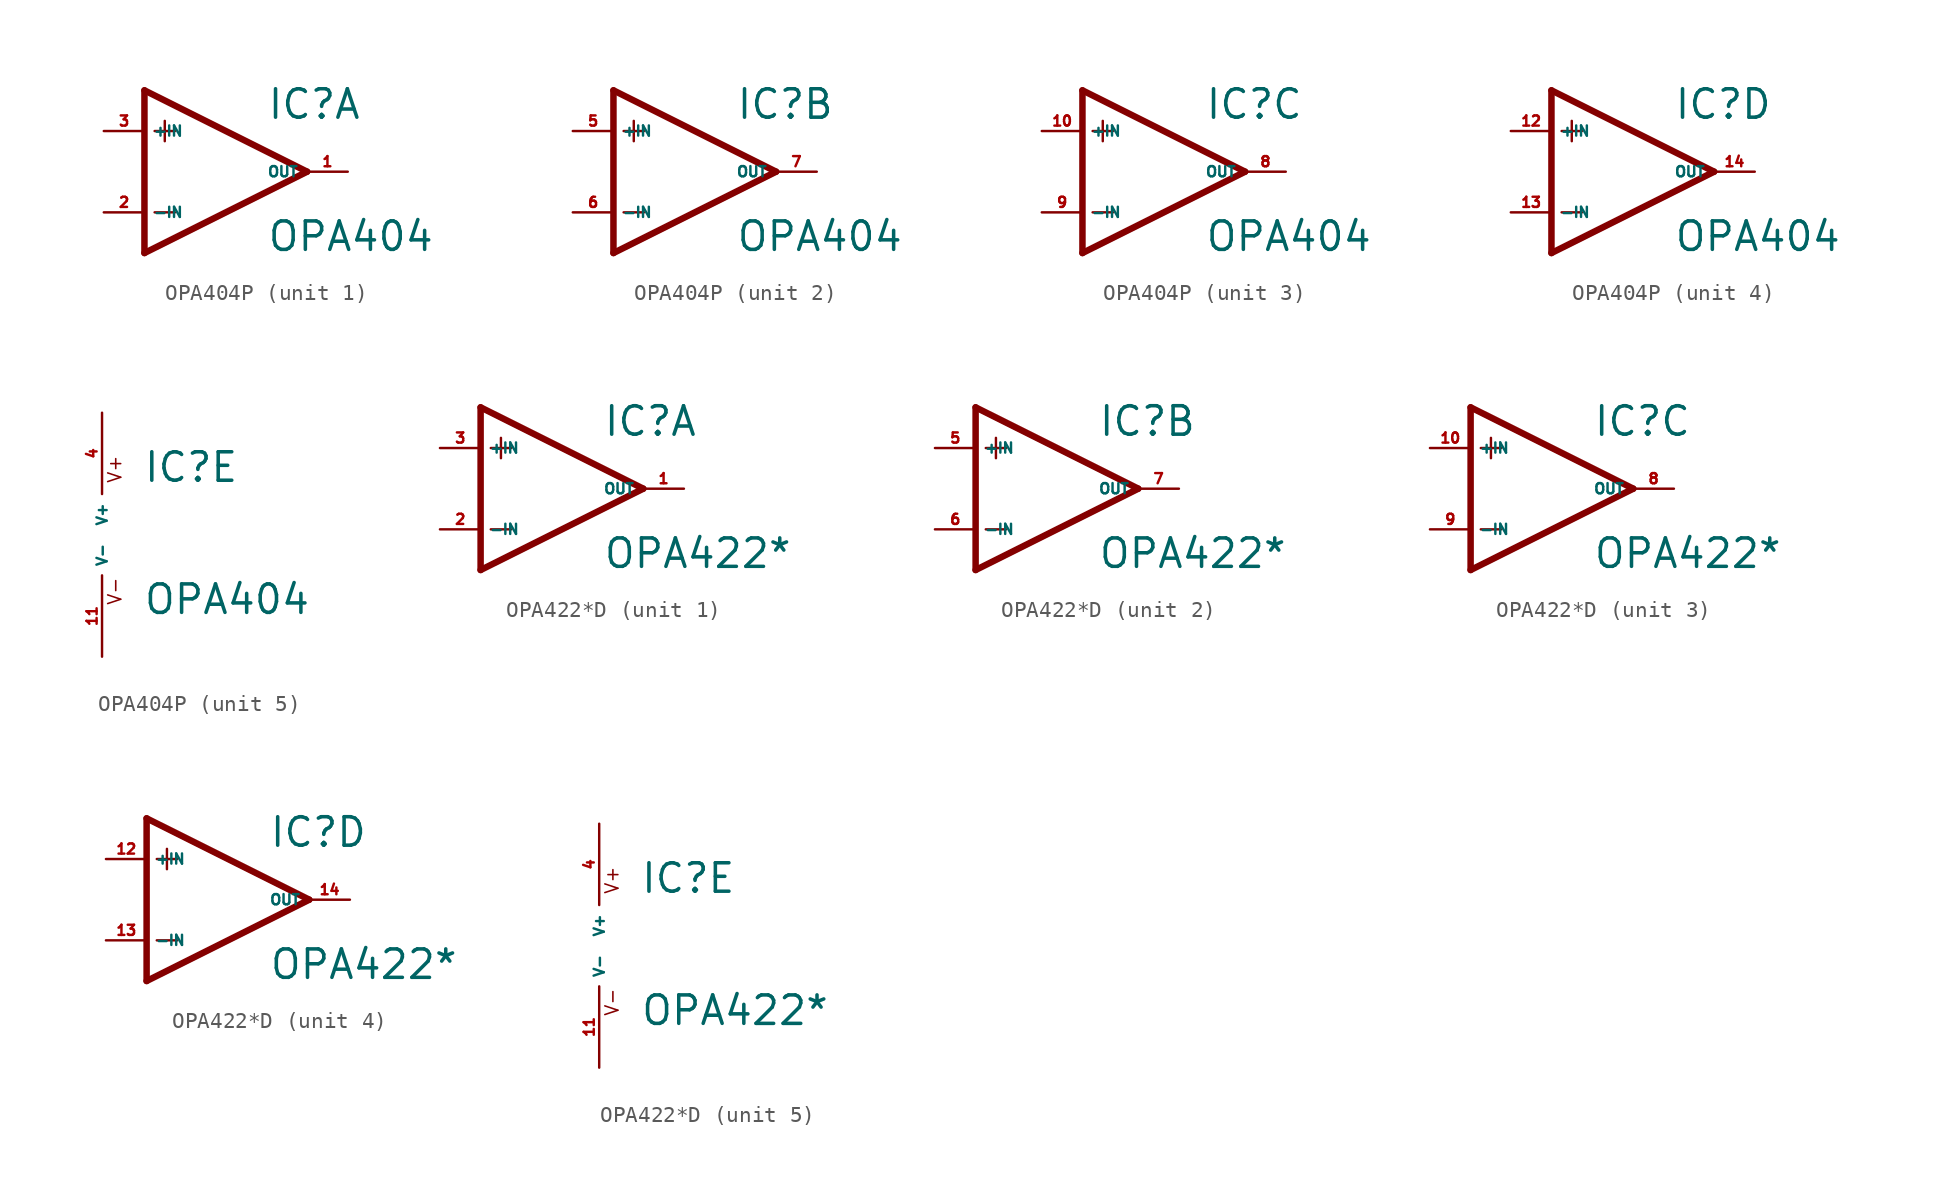
<source format=kicad_sym>
(kicad_symbol_lib
  (version 20220914)
  (generator Eagle2Kicad)
  (symbol "OPA404P"
    (property "Reference" "IC"
      (at 2.54 3.175 0)
      (effects (font (size 1.778 1.778) (thickness 0.22)) (justify left bottom)))
    (property "Value" "OPA404"
      (at 2.54 -5.08 0)
      (effects (font (size 1.778 1.778) (thickness 0.22)) (justify left bottom)))
    (symbol "OPA404P_1_0"
      (polyline (pts (xy -5.08 5.08) (xy -5.08 -5.08)) (stroke (width 0.406) (type default)) (fill (type none)))
      (polyline (pts (xy -5.08 -5.08) (xy 5.08 0)) (stroke (width 0.406) (type default)) (fill (type none)))
      (polyline (pts (xy 5.08 0) (xy -5.08 5.08)) (stroke (width 0.406) (type default)) (fill (type none)))
      (polyline (pts (xy -3.81 3.175) (xy -3.81 1.905)) (stroke (width 0.152) (type default)) (fill (type none)))
      (polyline (pts (xy -4.445 2.54) (xy -3.175 2.54)) (stroke (width 0.152) (type default)) (fill (type none)))
      (polyline (pts (xy -4.445 -2.54) (xy -3.175 -2.54)) (stroke (width 0.152) (type default)) (fill (type none)))
      (pin input line (at -7.62 -2.54 0) (length 2.54) (name "-IN" (effects (font (size 0.635 0.635) (thickness 0.08)) (justify left bottom))) (number "2" (effects (font (size 0.635 0.635) (thickness 0.08)) (justify left bottom))))
      (pin input line (at -7.62 2.54 0) (length 2.54) (name "+IN" (effects (font (size 0.635 0.635) (thickness 0.08)) (justify left bottom))) (number "3" (effects (font (size 0.635 0.635) (thickness 0.08)) (justify left bottom))))
      (pin output line (at 7.62 0 180) (length 2.54) (name "OUT" (effects (font (size 0.635 0.635) (thickness 0.08)) (justify left bottom))) (number "1" (effects (font (size 0.635 0.635) (thickness 0.08)) (justify left bottom)))))
    (symbol "OPA404P_2_0"
      (polyline (pts (xy -5.08 5.08) (xy -5.08 -5.08)) (stroke (width 0.406) (type default)) (fill (type none)))
      (polyline (pts (xy -5.08 -5.08) (xy 5.08 0)) (stroke (width 0.406) (type default)) (fill (type none)))
      (polyline (pts (xy 5.08 0) (xy -5.08 5.08)) (stroke (width 0.406) (type default)) (fill (type none)))
      (polyline (pts (xy -3.81 3.175) (xy -3.81 1.905)) (stroke (width 0.152) (type default)) (fill (type none)))
      (polyline (pts (xy -4.445 2.54) (xy -3.175 2.54)) (stroke (width 0.152) (type default)) (fill (type none)))
      (polyline (pts (xy -4.445 -2.54) (xy -3.175 -2.54)) (stroke (width 0.152) (type default)) (fill (type none)))
      (pin input line (at -7.62 -2.54 0) (length 2.54) (name "-IN" (effects (font (size 0.635 0.635) (thickness 0.08)) (justify left bottom))) (number "6" (effects (font (size 0.635 0.635) (thickness 0.08)) (justify left bottom))))
      (pin input line (at -7.62 2.54 0) (length 2.54) (name "+IN" (effects (font (size 0.635 0.635) (thickness 0.08)) (justify left bottom))) (number "5" (effects (font (size 0.635 0.635) (thickness 0.08)) (justify left bottom))))
      (pin output line (at 7.62 0 180) (length 2.54) (name "OUT" (effects (font (size 0.635 0.635) (thickness 0.08)) (justify left bottom))) (number "7" (effects (font (size 0.635 0.635) (thickness 0.08)) (justify left bottom)))))
    (symbol "OPA404P_3_0"
      (polyline (pts (xy -5.08 5.08) (xy -5.08 -5.08)) (stroke (width 0.406) (type default)) (fill (type none)))
      (polyline (pts (xy -5.08 -5.08) (xy 5.08 0)) (stroke (width 0.406) (type default)) (fill (type none)))
      (polyline (pts (xy 5.08 0) (xy -5.08 5.08)) (stroke (width 0.406) (type default)) (fill (type none)))
      (polyline (pts (xy -3.81 3.175) (xy -3.81 1.905)) (stroke (width 0.152) (type default)) (fill (type none)))
      (polyline (pts (xy -4.445 2.54) (xy -3.175 2.54)) (stroke (width 0.152) (type default)) (fill (type none)))
      (polyline (pts (xy -4.445 -2.54) (xy -3.175 -2.54)) (stroke (width 0.152) (type default)) (fill (type none)))
      (pin input line (at -7.62 -2.54 0) (length 2.54) (name "-IN" (effects (font (size 0.635 0.635) (thickness 0.08)) (justify left bottom))) (number "9" (effects (font (size 0.635 0.635) (thickness 0.08)) (justify left bottom))))
      (pin input line (at -7.62 2.54 0) (length 2.54) (name "+IN" (effects (font (size 0.635 0.635) (thickness 0.08)) (justify left bottom))) (number "10" (effects (font (size 0.635 0.635) (thickness 0.08)) (justify left bottom))))
      (pin output line (at 7.62 0 180) (length 2.54) (name "OUT" (effects (font (size 0.635 0.635) (thickness 0.08)) (justify left bottom))) (number "8" (effects (font (size 0.635 0.635) (thickness 0.08)) (justify left bottom)))))
    (symbol "OPA404P_4_0"
      (polyline (pts (xy -5.08 5.08) (xy -5.08 -5.08)) (stroke (width 0.406) (type default)) (fill (type none)))
      (polyline (pts (xy -5.08 -5.08) (xy 5.08 0)) (stroke (width 0.406) (type default)) (fill (type none)))
      (polyline (pts (xy 5.08 0) (xy -5.08 5.08)) (stroke (width 0.406) (type default)) (fill (type none)))
      (polyline (pts (xy -3.81 3.175) (xy -3.81 1.905)) (stroke (width 0.152) (type default)) (fill (type none)))
      (polyline (pts (xy -4.445 2.54) (xy -3.175 2.54)) (stroke (width 0.152) (type default)) (fill (type none)))
      (polyline (pts (xy -4.445 -2.54) (xy -3.175 -2.54)) (stroke (width 0.152) (type default)) (fill (type none)))
      (pin input line (at -7.62 -2.54 0) (length 2.54) (name "-IN" (effects (font (size 0.635 0.635) (thickness 0.08)) (justify left bottom))) (number "13" (effects (font (size 0.635 0.635) (thickness 0.08)) (justify left bottom))))
      (pin input line (at -7.62 2.54 0) (length 2.54) (name "+IN" (effects (font (size 0.635 0.635) (thickness 0.08)) (justify left bottom))) (number "12" (effects (font (size 0.635 0.635) (thickness 0.08)) (justify left bottom))))
      (pin output line (at 7.62 0 180) (length 2.54) (name "OUT" (effects (font (size 0.635 0.635) (thickness 0.08)) (justify left bottom))) (number "14" (effects (font (size 0.635 0.635) (thickness 0.08)) (justify left bottom)))))
    (symbol "OPA404P_5_0"
      (text "V+" (at 1.27 3.175 900) (effects (font (size 0.813 0.813) (thickness 0.10)) (justify left bottom)))
      (text "V-" (at 1.27 -4.445 900) (effects (font (size 0.813 0.813) (thickness 0.10)) (justify left bottom)))
      (pin unspecified line (at 0 7.62 270) (length 5.08) (name "V+" (effects (font (size 0.635 0.635) (thickness 0.08)) (justify left bottom))) (number "4" (effects (font (size 0.635 0.635) (thickness 0.08)) (justify left bottom))))
      (pin unspecified line (at 0 -7.62 90) (length 5.08) (name "V-" (effects (font (size 0.635 0.635) (thickness 0.08)) (justify left bottom))) (number "11" (effects (font (size 0.635 0.635) (thickness 0.08)) (justify left bottom))))))
  (symbol "OPA422*D"
    (property "Reference" "IC"
      (at 2.54 3.175 0)
      (effects (font (size 1.778 1.778) (thickness 0.22)) (justify left bottom)))
    (property "Value" "OPA422*"
      (at 2.54 -5.08 0)
      (effects (font (size 1.778 1.778) (thickness 0.22)) (justify left bottom)))
    (symbol "OPA422*D_1_0"
      (polyline (pts (xy -5.08 5.08) (xy -5.08 -5.08)) (stroke (width 0.406) (type default)) (fill (type none)))
      (polyline (pts (xy -5.08 -5.08) (xy 5.08 0)) (stroke (width 0.406) (type default)) (fill (type none)))
      (polyline (pts (xy 5.08 0) (xy -5.08 5.08)) (stroke (width 0.406) (type default)) (fill (type none)))
      (polyline (pts (xy -3.81 3.175) (xy -3.81 1.905)) (stroke (width 0.152) (type default)) (fill (type none)))
      (polyline (pts (xy -4.445 2.54) (xy -3.175 2.54)) (stroke (width 0.152) (type default)) (fill (type none)))
      (polyline (pts (xy -4.445 -2.54) (xy -3.175 -2.54)) (stroke (width 0.152) (type default)) (fill (type none)))
      (pin input line (at -7.62 -2.54 0) (length 2.54) (name "-IN" (effects (font (size 0.635 0.635) (thickness 0.08)) (justify left bottom))) (number "2" (effects (font (size 0.635 0.635) (thickness 0.08)) (justify left bottom))))
      (pin input line (at -7.62 2.54 0) (length 2.54) (name "+IN" (effects (font (size 0.635 0.635) (thickness 0.08)) (justify left bottom))) (number "3" (effects (font (size 0.635 0.635) (thickness 0.08)) (justify left bottom))))
      (pin output line (at 7.62 0 180) (length 2.54) (name "OUT" (effects (font (size 0.635 0.635) (thickness 0.08)) (justify left bottom))) (number "1" (effects (font (size 0.635 0.635) (thickness 0.08)) (justify left bottom)))))
    (symbol "OPA422*D_2_0"
      (polyline (pts (xy -5.08 5.08) (xy -5.08 -5.08)) (stroke (width 0.406) (type default)) (fill (type none)))
      (polyline (pts (xy -5.08 -5.08) (xy 5.08 0)) (stroke (width 0.406) (type default)) (fill (type none)))
      (polyline (pts (xy 5.08 0) (xy -5.08 5.08)) (stroke (width 0.406) (type default)) (fill (type none)))
      (polyline (pts (xy -3.81 3.175) (xy -3.81 1.905)) (stroke (width 0.152) (type default)) (fill (type none)))
      (polyline (pts (xy -4.445 2.54) (xy -3.175 2.54)) (stroke (width 0.152) (type default)) (fill (type none)))
      (polyline (pts (xy -4.445 -2.54) (xy -3.175 -2.54)) (stroke (width 0.152) (type default)) (fill (type none)))
      (pin input line (at -7.62 -2.54 0) (length 2.54) (name "-IN" (effects (font (size 0.635 0.635) (thickness 0.08)) (justify left bottom))) (number "6" (effects (font (size 0.635 0.635) (thickness 0.08)) (justify left bottom))))
      (pin input line (at -7.62 2.54 0) (length 2.54) (name "+IN" (effects (font (size 0.635 0.635) (thickness 0.08)) (justify left bottom))) (number "5" (effects (font (size 0.635 0.635) (thickness 0.08)) (justify left bottom))))
      (pin output line (at 7.62 0 180) (length 2.54) (name "OUT" (effects (font (size 0.635 0.635) (thickness 0.08)) (justify left bottom))) (number "7" (effects (font (size 0.635 0.635) (thickness 0.08)) (justify left bottom)))))
    (symbol "OPA422*D_3_0"
      (polyline (pts (xy -5.08 5.08) (xy -5.08 -5.08)) (stroke (width 0.406) (type default)) (fill (type none)))
      (polyline (pts (xy -5.08 -5.08) (xy 5.08 0)) (stroke (width 0.406) (type default)) (fill (type none)))
      (polyline (pts (xy 5.08 0) (xy -5.08 5.08)) (stroke (width 0.406) (type default)) (fill (type none)))
      (polyline (pts (xy -3.81 3.175) (xy -3.81 1.905)) (stroke (width 0.152) (type default)) (fill (type none)))
      (polyline (pts (xy -4.445 2.54) (xy -3.175 2.54)) (stroke (width 0.152) (type default)) (fill (type none)))
      (polyline (pts (xy -4.445 -2.54) (xy -3.175 -2.54)) (stroke (width 0.152) (type default)) (fill (type none)))
      (pin input line (at -7.62 -2.54 0) (length 2.54) (name "-IN" (effects (font (size 0.635 0.635) (thickness 0.08)) (justify left bottom))) (number "9" (effects (font (size 0.635 0.635) (thickness 0.08)) (justify left bottom))))
      (pin input line (at -7.62 2.54 0) (length 2.54) (name "+IN" (effects (font (size 0.635 0.635) (thickness 0.08)) (justify left bottom))) (number "10" (effects (font (size 0.635 0.635) (thickness 0.08)) (justify left bottom))))
      (pin output line (at 7.62 0 180) (length 2.54) (name "OUT" (effects (font (size 0.635 0.635) (thickness 0.08)) (justify left bottom))) (number "8" (effects (font (size 0.635 0.635) (thickness 0.08)) (justify left bottom)))))
    (symbol "OPA422*D_4_0"
      (polyline (pts (xy -5.08 5.08) (xy -5.08 -5.08)) (stroke (width 0.406) (type default)) (fill (type none)))
      (polyline (pts (xy -5.08 -5.08) (xy 5.08 0)) (stroke (width 0.406) (type default)) (fill (type none)))
      (polyline (pts (xy 5.08 0) (xy -5.08 5.08)) (stroke (width 0.406) (type default)) (fill (type none)))
      (polyline (pts (xy -3.81 3.175) (xy -3.81 1.905)) (stroke (width 0.152) (type default)) (fill (type none)))
      (polyline (pts (xy -4.445 2.54) (xy -3.175 2.54)) (stroke (width 0.152) (type default)) (fill (type none)))
      (polyline (pts (xy -4.445 -2.54) (xy -3.175 -2.54)) (stroke (width 0.152) (type default)) (fill (type none)))
      (pin input line (at -7.62 -2.54 0) (length 2.54) (name "-IN" (effects (font (size 0.635 0.635) (thickness 0.08)) (justify left bottom))) (number "13" (effects (font (size 0.635 0.635) (thickness 0.08)) (justify left bottom))))
      (pin input line (at -7.62 2.54 0) (length 2.54) (name "+IN" (effects (font (size 0.635 0.635) (thickness 0.08)) (justify left bottom))) (number "12" (effects (font (size 0.635 0.635) (thickness 0.08)) (justify left bottom))))
      (pin output line (at 7.62 0 180) (length 2.54) (name "OUT" (effects (font (size 0.635 0.635) (thickness 0.08)) (justify left bottom))) (number "14" (effects (font (size 0.635 0.635) (thickness 0.08)) (justify left bottom)))))
    (symbol "OPA422*D_5_0"
      (text "V+" (at 1.27 3.175 900) (effects (font (size 0.813 0.813) (thickness 0.10)) (justify left bottom)))
      (text "V-" (at 1.27 -4.445 900) (effects (font (size 0.813 0.813) (thickness 0.10)) (justify left bottom)))
      (pin unspecified line (at 0 7.62 270) (length 5.08) (name "V+" (effects (font (size 0.635 0.635) (thickness 0.08)) (justify left bottom))) (number "4" (effects (font (size 0.635 0.635) (thickness 0.08)) (justify left bottom))))
      (pin unspecified line (at 0 -7.62 90) (length 5.08) (name "V-" (effects (font (size 0.635 0.635) (thickness 0.08)) (justify left bottom))) (number "11" (effects (font (size 0.635 0.635) (thickness 0.08)) (justify left bottom)))))))
</source>
